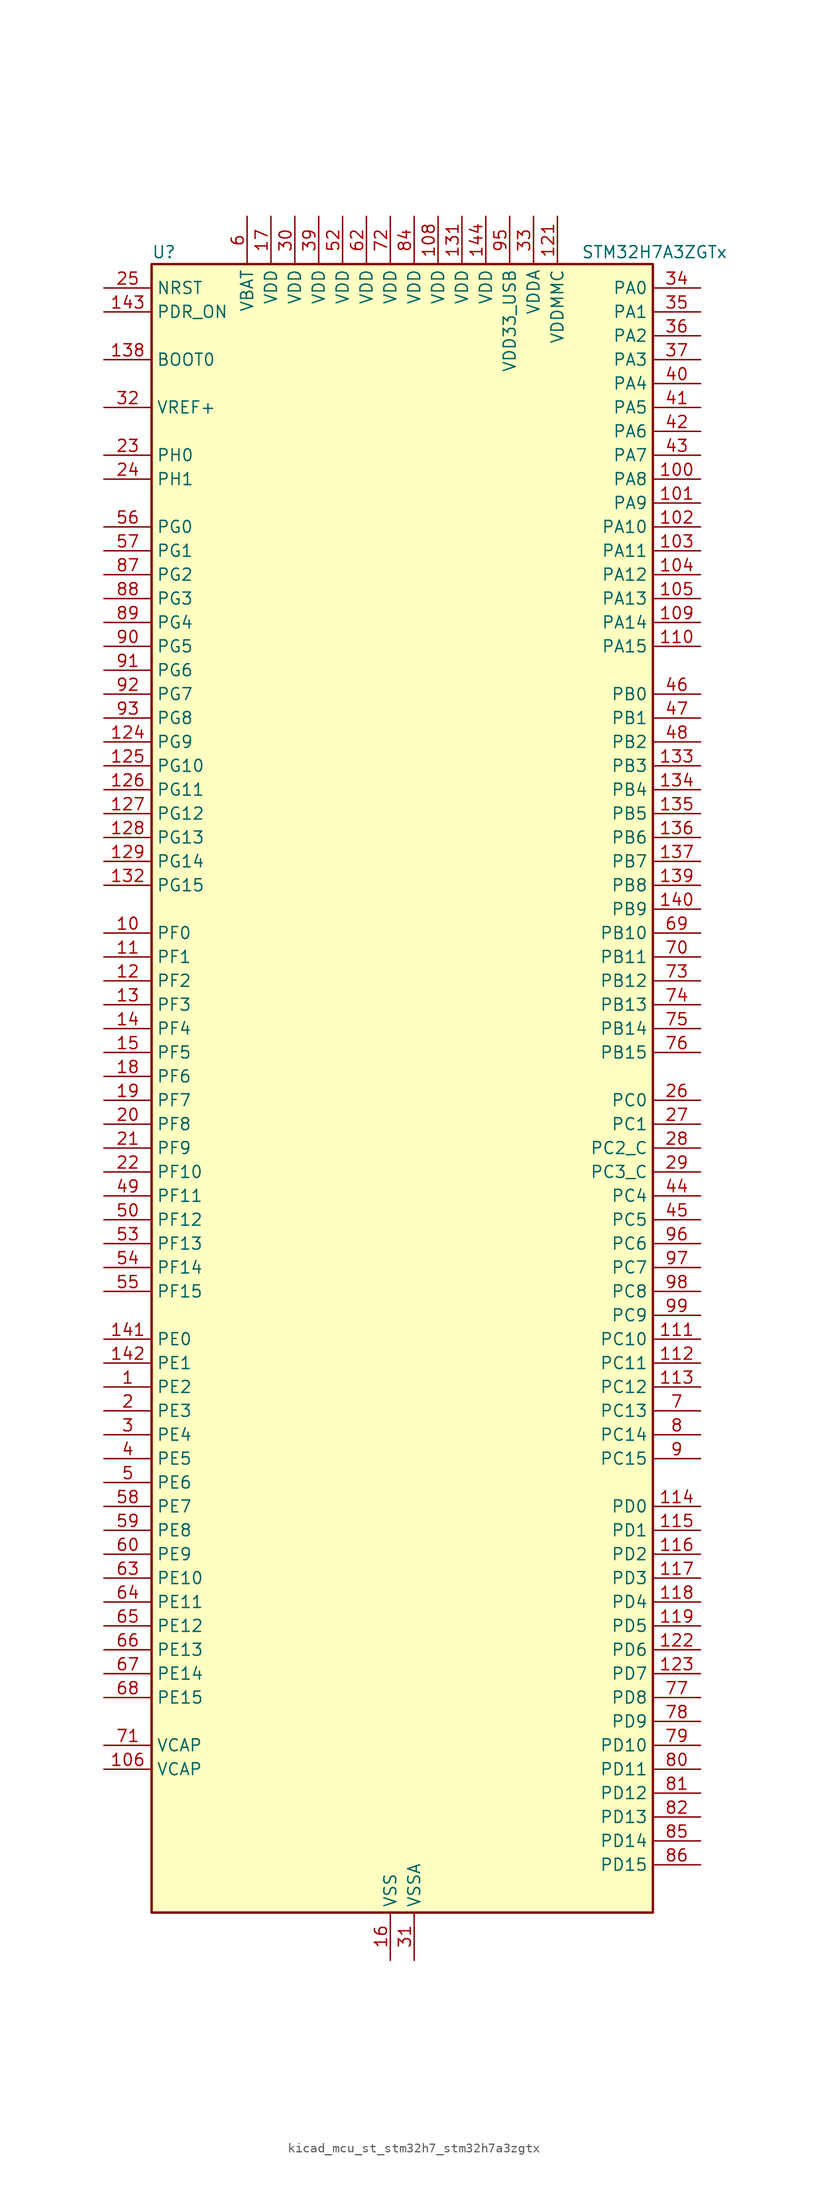
<source format=kicad_sym>
(kicad_symbol_lib
  (version 20220914)
  (generator kicad_symbol_editor)
  (symbol "kicad_mcu_st_stm32h7_stm32h7a3zgtx"
    (property "Reference" "U"
      (at -25.4 90.17 0)
      (effects (font (size 1.27 1.27)) (justify left)))
    (property "Value" "STM32H7A3ZGTx"
      (at 20.32 90.17 0)
      (effects (font (size 1.27 1.27)) (justify left)))
    (property "ki_locked" ""
      (at 0 0 0)
      (effects (font (size 1.27 1.27))))
    (symbol "kicad_mcu_st_stm32h7_stm32h7a3zgtx_0_1"
      (rectangle (start -25.4 -86.36) (end 27.94 88.9) (stroke (width 0.254) (type default)) (fill (type background))))
    (symbol "kicad_mcu_st_stm32h7_stm32h7a3zgtx_1_1"
      (pin bidirectional line (at -30.48 -30.48 0) (length 5.08) (name "PE2" (effects (font (size 1.27 1.27)))) (number "1" (effects (font (size 1.27 1.27)))) (alternate "DEBUG_TRACECLK" bidirectional line) (alternate "FMC_A23" bidirectional line) (alternate "OCTOSPIM_P1_IO2" bidirectional line) (alternate "SAI1_CK1" bidirectional line) (alternate "SAI1_MCLK_A" bidirectional line) (alternate "SPI4_SCK" bidirectional line) (alternate "USART10_RX" bidirectional line))
      (pin bidirectional line (at -30.48 17.78 0) (length 5.08) (name "PF0" (effects (font (size 1.27 1.27)))) (number "10" (effects (font (size 1.27 1.27)))) (alternate "FMC_A0" bidirectional line) (alternate "I2C2_SDA" bidirectional line) (alternate "OCTOSPIM_P2_IO0" bidirectional line))
      (pin bidirectional line (at 33.02 66.04 180) (length 5.08) (name "PA8" (effects (font (size 1.27 1.27)))) (number "100" (effects (font (size 1.27 1.27)))) (alternate "I2C3_SCL" bidirectional line) (alternate "LTDC_B3" bidirectional line) (alternate "LTDC_R6" bidirectional line) (alternate "RCC_MCO_1" bidirectional line) (alternate "TIM1_CH1" bidirectional line) (alternate "TIM8_BKIN2" bidirectional line) (alternate "TIM8_BKIN2_COMP1" bidirectional line) (alternate "TIM8_BKIN2_COMP2" bidirectional line) (alternate "UART7_RX" bidirectional line) (alternate "USART1_CK" bidirectional line) (alternate "USB_OTG_HS_SOF" bidirectional line))
      (pin bidirectional line (at 33.02 63.5 180) (length 5.08) (name "PA9" (effects (font (size 1.27 1.27)))) (number "101" (effects (font (size 1.27 1.27)))) (alternate "DAC1_EXTI9" bidirectional line) (alternate "DCMI_D0" bidirectional line) (alternate "I2C3_SMBA" bidirectional line) (alternate "I2S2_CK" bidirectional line) (alternate "LPUART1_TX" bidirectional line) (alternate "LTDC_R5" bidirectional line) (alternate "PSSI_D0" bidirectional line) (alternate "SPI2_SCK" bidirectional line) (alternate "TIM1_CH2" bidirectional line) (alternate "USART1_TX" bidirectional line) (alternate "USB_OTG_HS_VBUS" bidirectional line))
      (pin bidirectional line (at 33.02 60.96 180) (length 5.08) (name "PA10" (effects (font (size 1.27 1.27)))) (number "102" (effects (font (size 1.27 1.27)))) (alternate "DCMI_D1" bidirectional line) (alternate "LPUART1_RX" bidirectional line) (alternate "LTDC_B1" bidirectional line) (alternate "LTDC_B4" bidirectional line) (alternate "MDIOS_MDIO" bidirectional line) (alternate "PSSI_D1" bidirectional line) (alternate "TIM1_CH3" bidirectional line) (alternate "USART1_RX" bidirectional line) (alternate "USB_OTG_HS_ID" bidirectional line))
      (pin bidirectional line (at 33.02 58.42 180) (length 5.08) (name "PA11" (effects (font (size 1.27 1.27)))) (number "103" (effects (font (size 1.27 1.27)))) (alternate "ADC1_EXTI11" bidirectional line) (alternate "ADC2_EXTI11" bidirectional line) (alternate "FDCAN1_RX" bidirectional line) (alternate "I2S2_WS" bidirectional line) (alternate "LPUART1_CTS" bidirectional line) (alternate "LTDC_R4" bidirectional line) (alternate "SPI2_NSS" bidirectional line) (alternate "TIM1_CH4" bidirectional line) (alternate "UART4_RX" bidirectional line) (alternate "USART1_CTS" bidirectional line) (alternate "USART1_NSS" bidirectional line) (alternate "USB_OTG_HS_DM" bidirectional line))
      (pin bidirectional line (at 33.02 55.88 180) (length 5.08) (name "PA12" (effects (font (size 1.27 1.27)))) (number "104" (effects (font (size 1.27 1.27)))) (alternate "FDCAN1_TX" bidirectional line) (alternate "I2S2_CK" bidirectional line) (alternate "LPUART1_DE" bidirectional line) (alternate "LPUART1_RTS" bidirectional line) (alternate "LTDC_R5" bidirectional line) (alternate "SAI2_FS_B" bidirectional line) (alternate "SPI2_SCK" bidirectional line) (alternate "TIM1_ETR" bidirectional line) (alternate "UART4_TX" bidirectional line) (alternate "USART1_DE" bidirectional line) (alternate "USART1_RTS" bidirectional line) (alternate "USB_OTG_HS_DP" bidirectional line))
      (pin bidirectional line (at 33.02 53.34 180) (length 5.08) (name "PA13" (effects (font (size 1.27 1.27)))) (number "105" (effects (font (size 1.27 1.27)))) (alternate "DEBUG_JTMS-SWDIO" bidirectional line))
      (pin power_out line (at -30.48 -71.12 0) (length 5.08) (name "VCAP" (effects (font (size 1.27 1.27)))) (number "106" (effects (font (size 1.27 1.27)))))
      (pin passive line (at 0 -91.44 90) (length 5.08) hide (name "VSS" (effects (font (size 1.27 1.27)))) (number "107" (effects (font (size 1.27 1.27)))))
      (pin power_in line (at 5.08 93.98 270) (length 5.08) (name "VDD" (effects (font (size 1.27 1.27)))) (number "108" (effects (font (size 1.27 1.27)))))
      (pin bidirectional line (at 33.02 50.8 180) (length 5.08) (name "PA14" (effects (font (size 1.27 1.27)))) (number "109" (effects (font (size 1.27 1.27)))) (alternate "DEBUG_JTCK-SWCLK" bidirectional line))
      (pin bidirectional line (at -30.48 15.24 0) (length 5.08) (name "PF1" (effects (font (size 1.27 1.27)))) (number "11" (effects (font (size 1.27 1.27)))) (alternate "FMC_A1" bidirectional line) (alternate "I2C2_SCL" bidirectional line) (alternate "OCTOSPIM_P2_IO1" bidirectional line))
      (pin bidirectional line (at 33.02 48.26 180) (length 5.08) (name "PA15" (effects (font (size 1.27 1.27)))) (number "110" (effects (font (size 1.27 1.27)))) (alternate "ADC1_EXTI15" bidirectional line) (alternate "ADC2_EXTI15" bidirectional line) (alternate "CEC" bidirectional line) (alternate "DEBUG_JTDI" bidirectional line) (alternate "I2S1_WS" bidirectional line) (alternate "I2S3_WS" bidirectional line) (alternate "I2S6_WS" bidirectional line) (alternate "LTDC_B6" bidirectional line) (alternate "LTDC_R3" bidirectional line) (alternate "SPI1_NSS" bidirectional line) (alternate "SPI3_NSS" bidirectional line) (alternate "SPI6_NSS" bidirectional line) (alternate "TIM2_CH1" bidirectional line) (alternate "TIM2_ETR" bidirectional line) (alternate "UART4_DE" bidirectional line) (alternate "UART4_RTS" bidirectional line) (alternate "UART7_TX" bidirectional line))
      (pin bidirectional line (at 33.02 -25.4 180) (length 5.08) (name "PC10" (effects (font (size 1.27 1.27)))) (number "111" (effects (font (size 1.27 1.27)))) (alternate "DCMI_D8" bidirectional line) (alternate "DFSDM1_CKIN5" bidirectional line) (alternate "DFSDM2_CKIN0" bidirectional line) (alternate "I2S3_CK" bidirectional line) (alternate "LTDC_B1" bidirectional line) (alternate "LTDC_R2" bidirectional line) (alternate "OCTOSPIM_P1_IO1" bidirectional line) (alternate "PSSI_D8" bidirectional line) (alternate "SDMMC1_D2" bidirectional line) (alternate "SPI3_SCK" bidirectional line) (alternate "SWPMI1_RX" bidirectional line) (alternate "UART4_TX" bidirectional line) (alternate "USART3_TX" bidirectional line))
      (pin bidirectional line (at 33.02 -27.94 180) (length 5.08) (name "PC11" (effects (font (size 1.27 1.27)))) (number "112" (effects (font (size 1.27 1.27)))) (alternate "ADC1_EXTI11" bidirectional line) (alternate "ADC2_EXTI11" bidirectional line) (alternate "DCMI_D4" bidirectional line) (alternate "DFSDM1_DATIN5" bidirectional line) (alternate "DFSDM2_DATIN0" bidirectional line) (alternate "I2S3_SDI" bidirectional line) (alternate "LTDC_B4" bidirectional line) (alternate "OCTOSPIM_P1_NCS" bidirectional line) (alternate "PSSI_D4" bidirectional line) (alternate "SDMMC1_D3" bidirectional line) (alternate "SPI3_MISO" bidirectional line) (alternate "UART4_RX" bidirectional line) (alternate "USART3_RX" bidirectional line))
      (pin bidirectional line (at 33.02 -30.48 180) (length 5.08) (name "PC12" (effects (font (size 1.27 1.27)))) (number "113" (effects (font (size 1.27 1.27)))) (alternate "DCMI_D9" bidirectional line) (alternate "DEBUG_TRACED3" bidirectional line) (alternate "DFSDM2_CKOUT" bidirectional line) (alternate "I2S3_SDO" bidirectional line) (alternate "I2S6_CK" bidirectional line) (alternate "LTDC_R6" bidirectional line) (alternate "PSSI_D9" bidirectional line) (alternate "SDMMC1_CK" bidirectional line) (alternate "SPI3_MOSI" bidirectional line) (alternate "SPI6_SCK" bidirectional line) (alternate "TIM15_CH1" bidirectional line) (alternate "UART5_TX" bidirectional line) (alternate "USART3_CK" bidirectional line))
      (pin bidirectional line (at 33.02 -43.18 180) (length 5.08) (name "PD0" (effects (font (size 1.27 1.27)))) (number "114" (effects (font (size 1.27 1.27)))) (alternate "DFSDM1_CKIN6" bidirectional line) (alternate "FDCAN1_RX" bidirectional line) (alternate "FMC_D2" bidirectional line) (alternate "FMC_DA2" bidirectional line) (alternate "LTDC_B1" bidirectional line) (alternate "UART4_RX" bidirectional line) (alternate "UART9_CTS" bidirectional line))
      (pin bidirectional line (at 33.02 -45.72 180) (length 5.08) (name "PD1" (effects (font (size 1.27 1.27)))) (number "115" (effects (font (size 1.27 1.27)))) (alternate "DFSDM1_DATIN6" bidirectional line) (alternate "FDCAN1_TX" bidirectional line) (alternate "FMC_D3" bidirectional line) (alternate "FMC_DA3" bidirectional line) (alternate "UART4_TX" bidirectional line))
      (pin bidirectional line (at 33.02 -48.26 180) (length 5.08) (name "PD2" (effects (font (size 1.27 1.27)))) (number "116" (effects (font (size 1.27 1.27)))) (alternate "DCMI_D11" bidirectional line) (alternate "DEBUG_TRACED2" bidirectional line) (alternate "LTDC_B2" bidirectional line) (alternate "LTDC_B7" bidirectional line) (alternate "PSSI_D11" bidirectional line) (alternate "SDMMC1_CMD" bidirectional line) (alternate "TIM15_BKIN" bidirectional line) (alternate "TIM3_ETR" bidirectional line) (alternate "UART5_RX" bidirectional line))
      (pin bidirectional line (at 33.02 -50.8 180) (length 5.08) (name "PD3" (effects (font (size 1.27 1.27)))) (number "117" (effects (font (size 1.27 1.27)))) (alternate "DCMI_D5" bidirectional line) (alternate "DFSDM1_CKOUT" bidirectional line) (alternate "FMC_CLK" bidirectional line) (alternate "I2S2_CK" bidirectional line) (alternate "LTDC_G7" bidirectional line) (alternate "PSSI_D5" bidirectional line) (alternate "SPI2_SCK" bidirectional line) (alternate "USART2_CTS" bidirectional line) (alternate "USART2_NSS" bidirectional line))
      (pin bidirectional line (at 33.02 -53.34 180) (length 5.08) (name "PD4" (effects (font (size 1.27 1.27)))) (number "118" (effects (font (size 1.27 1.27)))) (alternate "FMC_NOE" bidirectional line) (alternate "OCTOSPIM_P1_IO4" bidirectional line) (alternate "USART2_DE" bidirectional line) (alternate "USART2_RTS" bidirectional line))
      (pin bidirectional line (at 33.02 -55.88 180) (length 5.08) (name "PD5" (effects (font (size 1.27 1.27)))) (number "119" (effects (font (size 1.27 1.27)))) (alternate "FMC_NWE" bidirectional line) (alternate "OCTOSPIM_P1_IO5" bidirectional line) (alternate "USART2_TX" bidirectional line))
      (pin bidirectional line (at -30.48 12.7 0) (length 5.08) (name "PF2" (effects (font (size 1.27 1.27)))) (number "12" (effects (font (size 1.27 1.27)))) (alternate "FMC_A2" bidirectional line) (alternate "I2C2_SMBA" bidirectional line) (alternate "OCTOSPIM_P2_IO2" bidirectional line))
      (pin passive line (at 0 -91.44 90) (length 5.08) hide (name "VSS" (effects (font (size 1.27 1.27)))) (number "120" (effects (font (size 1.27 1.27)))))
      (pin power_in line (at 17.78 93.98 270) (length 5.08) (name "VDDMMC" (effects (font (size 1.27 1.27)))) (number "121" (effects (font (size 1.27 1.27)))))
      (pin bidirectional line (at 33.02 -58.42 180) (length 5.08) (name "PD6" (effects (font (size 1.27 1.27)))) (number "122" (effects (font (size 1.27 1.27)))) (alternate "DCMI_D10" bidirectional line) (alternate "DFSDM1_CKIN4" bidirectional line) (alternate "DFSDM1_DATIN1" bidirectional line) (alternate "FMC_NWAIT" bidirectional line) (alternate "I2S3_SDO" bidirectional line) (alternate "LTDC_B2" bidirectional line) (alternate "OCTOSPIM_P1_IO6" bidirectional line) (alternate "PSSI_D10" bidirectional line) (alternate "SAI1_D1" bidirectional line) (alternate "SAI1_SD_A" bidirectional line) (alternate "SDMMC2_CK" bidirectional line) (alternate "SPI3_MOSI" bidirectional line) (alternate "USART2_RX" bidirectional line))
      (pin bidirectional line (at 33.02 -60.96 180) (length 5.08) (name "PD7" (effects (font (size 1.27 1.27)))) (number "123" (effects (font (size 1.27 1.27)))) (alternate "DFSDM1_CKIN1" bidirectional line) (alternate "DFSDM1_DATIN4" bidirectional line) (alternate "FMC_NE1" bidirectional line) (alternate "I2S1_SDO" bidirectional line) (alternate "OCTOSPIM_P1_IO7" bidirectional line) (alternate "SDMMC2_CMD" bidirectional line) (alternate "SPDIFRX_IN0" bidirectional line) (alternate "SPI1_MOSI" bidirectional line) (alternate "USART2_CK" bidirectional line))
      (pin bidirectional line (at -30.48 38.1 0) (length 5.08) (name "PG9" (effects (font (size 1.27 1.27)))) (number "124" (effects (font (size 1.27 1.27)))) (alternate "DAC1_EXTI9" bidirectional line) (alternate "DCMI_VSYNC" bidirectional line) (alternate "FMC_NCE" bidirectional line) (alternate "FMC_NE2" bidirectional line) (alternate "I2S1_SDI" bidirectional line) (alternate "OCTOSPIM_P1_IO6" bidirectional line) (alternate "PSSI_RDY" bidirectional line) (alternate "SAI2_FS_B" bidirectional line) (alternate "SDMMC2_D0" bidirectional line) (alternate "SPDIFRX_IN3" bidirectional line) (alternate "SPI1_MISO" bidirectional line) (alternate "USART6_RX" bidirectional line))
      (pin bidirectional line (at -30.48 35.56 0) (length 5.08) (name "PG10" (effects (font (size 1.27 1.27)))) (number "125" (effects (font (size 1.27 1.27)))) (alternate "DCMI_D2" bidirectional line) (alternate "FMC_NE3" bidirectional line) (alternate "I2S1_WS" bidirectional line) (alternate "LTDC_B2" bidirectional line) (alternate "LTDC_G3" bidirectional line) (alternate "OCTOSPIM_P2_IO6" bidirectional line) (alternate "PSSI_D2" bidirectional line) (alternate "SAI2_SD_B" bidirectional line) (alternate "SDMMC2_D1" bidirectional line) (alternate "SPI1_NSS" bidirectional line))
      (pin bidirectional line (at -30.48 33.02 0) (length 5.08) (name "PG11" (effects (font (size 1.27 1.27)))) (number "126" (effects (font (size 1.27 1.27)))) (alternate "ADC1_EXTI11" bidirectional line) (alternate "ADC2_EXTI11" bidirectional line) (alternate "DCMI_D3" bidirectional line) (alternate "I2S1_CK" bidirectional line) (alternate "LPTIM1_IN2" bidirectional line) (alternate "LTDC_B3" bidirectional line) (alternate "OCTOSPIM_P2_IO7" bidirectional line) (alternate "PSSI_D3" bidirectional line) (alternate "SDMMC2_D2" bidirectional line) (alternate "SPDIFRX_IN0" bidirectional line) (alternate "SPI1_SCK" bidirectional line) (alternate "USART10_RX" bidirectional line))
      (pin bidirectional line (at -30.48 30.48 0) (length 5.08) (name "PG12" (effects (font (size 1.27 1.27)))) (number "127" (effects (font (size 1.27 1.27)))) (alternate "FMC_NE4" bidirectional line) (alternate "I2S6_SDI" bidirectional line) (alternate "LPTIM1_IN1" bidirectional line) (alternate "LTDC_B1" bidirectional line) (alternate "LTDC_B4" bidirectional line) (alternate "OCTOSPIM_P2_NCS" bidirectional line) (alternate "SDMMC2_D3" bidirectional line) (alternate "SPDIFRX_IN1" bidirectional line) (alternate "SPI6_MISO" bidirectional line) (alternate "USART10_TX" bidirectional line) (alternate "USART6_DE" bidirectional line) (alternate "USART6_RTS" bidirectional line))
      (pin bidirectional line (at -30.48 27.94 0) (length 5.08) (name "PG13" (effects (font (size 1.27 1.27)))) (number "128" (effects (font (size 1.27 1.27)))) (alternate "DEBUG_TRACED0" bidirectional line) (alternate "FMC_A24" bidirectional line) (alternate "I2S6_CK" bidirectional line) (alternate "LPTIM1_OUT" bidirectional line) (alternate "LTDC_R0" bidirectional line) (alternate "SDMMC2_D6" bidirectional line) (alternate "SPI6_SCK" bidirectional line) (alternate "USART10_CTS" bidirectional line) (alternate "USART10_NSS" bidirectional line) (alternate "USART6_CTS" bidirectional line) (alternate "USART6_NSS" bidirectional line))
      (pin bidirectional line (at -30.48 25.4 0) (length 5.08) (name "PG14" (effects (font (size 1.27 1.27)))) (number "129" (effects (font (size 1.27 1.27)))) (alternate "DEBUG_TRACED1" bidirectional line) (alternate "FMC_A25" bidirectional line) (alternate "I2S6_SDO" bidirectional line) (alternate "LPTIM1_ETR" bidirectional line) (alternate "LTDC_B0" bidirectional line) (alternate "OCTOSPIM_P1_IO7" bidirectional line) (alternate "SDMMC2_D7" bidirectional line) (alternate "SPI6_MOSI" bidirectional line) (alternate "USART10_DE" bidirectional line) (alternate "USART10_RTS" bidirectional line) (alternate "USART6_TX" bidirectional line))
      (pin bidirectional line (at -30.48 10.16 0) (length 5.08) (name "PF3" (effects (font (size 1.27 1.27)))) (number "13" (effects (font (size 1.27 1.27)))) (alternate "FMC_A3" bidirectional line) (alternate "OCTOSPIM_P2_IO3" bidirectional line))
      (pin passive line (at 0 -91.44 90) (length 5.08) hide (name "VSS" (effects (font (size 1.27 1.27)))) (number "130" (effects (font (size 1.27 1.27)))))
      (pin power_in line (at 7.62 93.98 270) (length 5.08) (name "VDD" (effects (font (size 1.27 1.27)))) (number "131" (effects (font (size 1.27 1.27)))))
      (pin bidirectional line (at -30.48 22.86 0) (length 5.08) (name "PG15" (effects (font (size 1.27 1.27)))) (number "132" (effects (font (size 1.27 1.27)))) (alternate "ADC1_EXTI15" bidirectional line) (alternate "ADC2_EXTI15" bidirectional line) (alternate "DCMI_D13" bidirectional line) (alternate "FMC_SDNCAS" bidirectional line) (alternate "OCTOSPIM_P2_DQS" bidirectional line) (alternate "PSSI_D13" bidirectional line) (alternate "USART10_CK" bidirectional line) (alternate "USART6_CTS" bidirectional line) (alternate "USART6_NSS" bidirectional line))
      (pin bidirectional line (at 33.02 35.56 180) (length 5.08) (name "PB3" (effects (font (size 1.27 1.27)))) (number "133" (effects (font (size 1.27 1.27)))) (alternate "CRS_SYNC" bidirectional line) (alternate "DEBUG_JTDO-SWO" bidirectional line) (alternate "I2S1_CK" bidirectional line) (alternate "I2S3_CK" bidirectional line) (alternate "I2S6_CK" bidirectional line) (alternate "SDMMC2_D2" bidirectional line) (alternate "SPI1_SCK" bidirectional line) (alternate "SPI3_SCK" bidirectional line) (alternate "SPI6_SCK" bidirectional line) (alternate "TIM2_CH2" bidirectional line) (alternate "UART7_RX" bidirectional line))
      (pin bidirectional line (at 33.02 33.02 180) (length 5.08) (name "PB4" (effects (font (size 1.27 1.27)))) (number "134" (effects (font (size 1.27 1.27)))) (alternate "DEBUG_JTRST" bidirectional line) (alternate "I2S1_SDI" bidirectional line) (alternate "I2S2_WS" bidirectional line) (alternate "I2S3_SDI" bidirectional line) (alternate "I2S6_SDI" bidirectional line) (alternate "SDMMC2_D3" bidirectional line) (alternate "SPI1_MISO" bidirectional line) (alternate "SPI2_NSS" bidirectional line) (alternate "SPI3_MISO" bidirectional line) (alternate "SPI6_MISO" bidirectional line) (alternate "TIM16_BKIN" bidirectional line) (alternate "TIM3_CH1" bidirectional line) (alternate "UART7_TX" bidirectional line))
      (pin bidirectional line (at 33.02 30.48 180) (length 5.08) (name "PB5" (effects (font (size 1.27 1.27)))) (number "135" (effects (font (size 1.27 1.27)))) (alternate "DCMI_D10" bidirectional line) (alternate "FDCAN2_RX" bidirectional line) (alternate "FMC_SDCKE1" bidirectional line) (alternate "I2C1_SMBA" bidirectional line) (alternate "I2C4_SMBA" bidirectional line) (alternate "I2S1_SDO" bidirectional line) (alternate "I2S3_SDO" bidirectional line) (alternate "I2S6_SDO" bidirectional line) (alternate "LTDC_B5" bidirectional line) (alternate "PSSI_D10" bidirectional line) (alternate "SPI1_MOSI" bidirectional line) (alternate "SPI3_MOSI" bidirectional line) (alternate "SPI6_MOSI" bidirectional line) (alternate "TIM17_BKIN" bidirectional line) (alternate "TIM3_CH2" bidirectional line) (alternate "UART5_RX" bidirectional line) (alternate "USB_OTG_HS_ULPI_D7" bidirectional line))
      (pin bidirectional line (at 33.02 27.94 180) (length 5.08) (name "PB6" (effects (font (size 1.27 1.27)))) (number "136" (effects (font (size 1.27 1.27)))) (alternate "CEC" bidirectional line) (alternate "DCMI_D5" bidirectional line) (alternate "DFSDM1_DATIN5" bidirectional line) (alternate "FDCAN2_TX" bidirectional line) (alternate "FMC_SDNE1" bidirectional line) (alternate "I2C1_SCL" bidirectional line) (alternate "I2C4_SCL" bidirectional line) (alternate "LPUART1_TX" bidirectional line) (alternate "OCTOSPIM_P1_NCS" bidirectional line) (alternate "PSSI_D5" bidirectional line) (alternate "TIM16_CH1N" bidirectional line) (alternate "TIM4_CH1" bidirectional line) (alternate "UART5_TX" bidirectional line) (alternate "USART1_TX" bidirectional line))
      (pin bidirectional line (at 33.02 25.4 180) (length 5.08) (name "PB7" (effects (font (size 1.27 1.27)))) (number "137" (effects (font (size 1.27 1.27)))) (alternate "DCMI_VSYNC" bidirectional line) (alternate "DFSDM1_CKIN5" bidirectional line) (alternate "FMC_NL" bidirectional line) (alternate "I2C1_SDA" bidirectional line) (alternate "I2C4_SDA" bidirectional line) (alternate "LPUART1_RX" bidirectional line) (alternate "PSSI_RDY" bidirectional line) (alternate "PWR_PVD_IN" bidirectional line) (alternate "TIM17_CH1N" bidirectional line) (alternate "TIM4_CH2" bidirectional line) (alternate "USART1_RX" bidirectional line))
      (pin input line (at -30.48 78.74 0) (length 5.08) (name "BOOT0" (effects (font (size 1.27 1.27)))) (number "138" (effects (font (size 1.27 1.27)))))
      (pin bidirectional line (at 33.02 22.86 180) (length 5.08) (name "PB8" (effects (font (size 1.27 1.27)))) (number "139" (effects (font (size 1.27 1.27)))) (alternate "DCMI_D6" bidirectional line) (alternate "DFSDM1_CKIN7" bidirectional line) (alternate "FDCAN1_RX" bidirectional line) (alternate "I2C1_SCL" bidirectional line) (alternate "I2C4_SCL" bidirectional line) (alternate "LTDC_B6" bidirectional line) (alternate "PSSI_D6" bidirectional line) (alternate "SDMMC1_CKIN" bidirectional line) (alternate "SDMMC1_D4" bidirectional line) (alternate "SDMMC2_D4" bidirectional line) (alternate "TIM16_CH1" bidirectional line) (alternate "TIM4_CH3" bidirectional line) (alternate "UART4_RX" bidirectional line))
      (pin bidirectional line (at -30.48 7.62 0) (length 5.08) (name "PF4" (effects (font (size 1.27 1.27)))) (number "14" (effects (font (size 1.27 1.27)))) (alternate "FMC_A4" bidirectional line) (alternate "OCTOSPIM_P2_CLK" bidirectional line))
      (pin bidirectional line (at 33.02 20.32 180) (length 5.08) (name "PB9" (effects (font (size 1.27 1.27)))) (number "140" (effects (font (size 1.27 1.27)))) (alternate "DAC1_EXTI9" bidirectional line) (alternate "DCMI_D7" bidirectional line) (alternate "DFSDM1_DATIN7" bidirectional line) (alternate "FDCAN1_TX" bidirectional line) (alternate "I2C1_SDA" bidirectional line) (alternate "I2C4_SDA" bidirectional line) (alternate "I2C4_SMBA" bidirectional line) (alternate "I2S2_WS" bidirectional line) (alternate "LTDC_B7" bidirectional line) (alternate "PSSI_D7" bidirectional line) (alternate "SDMMC1_CDIR" bidirectional line) (alternate "SDMMC1_D5" bidirectional line) (alternate "SDMMC2_D5" bidirectional line) (alternate "SPI2_NSS" bidirectional line) (alternate "TIM17_CH1" bidirectional line) (alternate "TIM4_CH4" bidirectional line) (alternate "UART4_TX" bidirectional line))
      (pin bidirectional line (at -30.48 -25.4 0) (length 5.08) (name "PE0" (effects (font (size 1.27 1.27)))) (number "141" (effects (font (size 1.27 1.27)))) (alternate "DCMI_D2" bidirectional line) (alternate "FMC_NBL0" bidirectional line) (alternate "LPTIM1_ETR" bidirectional line) (alternate "LPTIM2_ETR" bidirectional line) (alternate "LTDC_R0" bidirectional line) (alternate "PSSI_D2" bidirectional line) (alternate "SAI2_MCLK_A" bidirectional line) (alternate "TIM4_ETR" bidirectional line) (alternate "UART8_RX" bidirectional line))
      (pin bidirectional line (at -30.48 -27.94 0) (length 5.08) (name "PE1" (effects (font (size 1.27 1.27)))) (number "142" (effects (font (size 1.27 1.27)))) (alternate "DCMI_D3" bidirectional line) (alternate "FMC_NBL1" bidirectional line) (alternate "LPTIM1_IN2" bidirectional line) (alternate "LTDC_R6" bidirectional line) (alternate "PSSI_D3" bidirectional line) (alternate "UART8_TX" bidirectional line))
      (pin input line (at -30.48 83.82 0) (length 5.08) (name "PDR_ON" (effects (font (size 1.27 1.27)))) (number "143" (effects (font (size 1.27 1.27)))))
      (pin power_in line (at 10.16 93.98 270) (length 5.08) (name "VDD" (effects (font (size 1.27 1.27)))) (number "144" (effects (font (size 1.27 1.27)))))
      (pin bidirectional line (at -30.48 5.08 0) (length 5.08) (name "PF5" (effects (font (size 1.27 1.27)))) (number "15" (effects (font (size 1.27 1.27)))) (alternate "FMC_A5" bidirectional line) (alternate "OCTOSPIM_P2_NCLK" bidirectional line))
      (pin power_in line (at 0 -91.44 90) (length 5.08) (name "VSS" (effects (font (size 1.27 1.27)))) (number "16" (effects (font (size 1.27 1.27)))))
      (pin power_in line (at -12.7 93.98 270) (length 5.08) (name "VDD" (effects (font (size 1.27 1.27)))) (number "17" (effects (font (size 1.27 1.27)))))
      (pin bidirectional line (at -30.48 2.54 0) (length 5.08) (name "PF6" (effects (font (size 1.27 1.27)))) (number "18" (effects (font (size 1.27 1.27)))) (alternate "OCTOSPIM_P1_IO3" bidirectional line) (alternate "SAI1_SD_B" bidirectional line) (alternate "SPI5_NSS" bidirectional line) (alternate "TIM16_CH1" bidirectional line) (alternate "UART7_RX" bidirectional line))
      (pin bidirectional line (at -30.48 0 0) (length 5.08) (name "PF7" (effects (font (size 1.27 1.27)))) (number "19" (effects (font (size 1.27 1.27)))) (alternate "OCTOSPIM_P1_IO2" bidirectional line) (alternate "SAI1_MCLK_B" bidirectional line) (alternate "SPI5_SCK" bidirectional line) (alternate "TIM17_CH1" bidirectional line) (alternate "UART7_TX" bidirectional line))
      (pin bidirectional line (at -30.48 -33.02 0) (length 5.08) (name "PE3" (effects (font (size 1.27 1.27)))) (number "2" (effects (font (size 1.27 1.27)))) (alternate "DEBUG_TRACED0" bidirectional line) (alternate "FMC_A19" bidirectional line) (alternate "SAI1_SD_B" bidirectional line) (alternate "TIM15_BKIN" bidirectional line) (alternate "USART10_TX" bidirectional line))
      (pin bidirectional line (at -30.48 -2.54 0) (length 5.08) (name "PF8" (effects (font (size 1.27 1.27)))) (number "20" (effects (font (size 1.27 1.27)))) (alternate "OCTOSPIM_P1_IO0" bidirectional line) (alternate "SAI1_SCK_B" bidirectional line) (alternate "SPI5_MISO" bidirectional line) (alternate "TIM13_CH1" bidirectional line) (alternate "TIM16_CH1N" bidirectional line) (alternate "UART7_DE" bidirectional line) (alternate "UART7_RTS" bidirectional line))
      (pin bidirectional line (at -30.48 -5.08 0) (length 5.08) (name "PF9" (effects (font (size 1.27 1.27)))) (number "21" (effects (font (size 1.27 1.27)))) (alternate "DAC1_EXTI9" bidirectional line) (alternate "OCTOSPIM_P1_IO1" bidirectional line) (alternate "SAI1_FS_B" bidirectional line) (alternate "SPI5_MOSI" bidirectional line) (alternate "TIM14_CH1" bidirectional line) (alternate "TIM17_CH1N" bidirectional line) (alternate "UART7_CTS" bidirectional line))
      (pin bidirectional line (at -30.48 -7.62 0) (length 5.08) (name "PF10" (effects (font (size 1.27 1.27)))) (number "22" (effects (font (size 1.27 1.27)))) (alternate "DCMI_D11" bidirectional line) (alternate "LTDC_DE" bidirectional line) (alternate "OCTOSPIM_P1_CLK" bidirectional line) (alternate "PSSI_D11" bidirectional line) (alternate "PSSI_D15" bidirectional line) (alternate "SAI1_D3" bidirectional line) (alternate "TIM16_BKIN" bidirectional line))
      (pin bidirectional line (at -30.48 68.58 0) (length 5.08) (name "PH0" (effects (font (size 1.27 1.27)))) (number "23" (effects (font (size 1.27 1.27)))) (alternate "RCC_OSC_IN" bidirectional line))
      (pin bidirectional line (at -30.48 66.04 0) (length 5.08) (name "PH1" (effects (font (size 1.27 1.27)))) (number "24" (effects (font (size 1.27 1.27)))) (alternate "RCC_OSC_OUT" bidirectional line))
      (pin input line (at -30.48 86.36 0) (length 5.08) (name "NRST" (effects (font (size 1.27 1.27)))) (number "25" (effects (font (size 1.27 1.27)))))
      (pin bidirectional line (at 33.02 0 180) (length 5.08) (name "PC0" (effects (font (size 1.27 1.27)))) (number "26" (effects (font (size 1.27 1.27)))) (alternate "ADC1_INP10" bidirectional line) (alternate "ADC2_INP10" bidirectional line) (alternate "DFSDM1_CKIN0" bidirectional line) (alternate "DFSDM1_DATIN4" bidirectional line) (alternate "FMC_A25" bidirectional line) (alternate "FMC_SDNWE" bidirectional line) (alternate "LTDC_G2" bidirectional line) (alternate "LTDC_R5" bidirectional line) (alternate "SAI2_FS_B" bidirectional line) (alternate "USB_OTG_HS_ULPI_STP" bidirectional line))
      (pin bidirectional line (at 33.02 -2.54 180) (length 5.08) (name "PC1" (effects (font (size 1.27 1.27)))) (number "27" (effects (font (size 1.27 1.27)))) (alternate "ADC1_INN10" bidirectional line) (alternate "ADC1_INP11" bidirectional line) (alternate "ADC2_INN10" bidirectional line) (alternate "ADC2_INP11" bidirectional line) (alternate "DEBUG_TRACED0" bidirectional line) (alternate "DFSDM1_CKIN4" bidirectional line) (alternate "DFSDM1_DATIN0" bidirectional line) (alternate "I2S2_SDO" bidirectional line) (alternate "LTDC_G5" bidirectional line) (alternate "MDIOS_MDC" bidirectional line) (alternate "OCTOSPIM_P1_IO4" bidirectional line) (alternate "PWR_WKUP6" bidirectional line) (alternate "RTC_TAMP3" bidirectional line) (alternate "SAI1_D1" bidirectional line) (alternate "SAI1_SD_A" bidirectional line) (alternate "SDMMC2_CK" bidirectional line) (alternate "SPI2_MOSI" bidirectional line))
      (pin bidirectional line (at 33.02 -5.08 180) (length 5.08) (name "PC2_C" (effects (font (size 1.27 1.27)))) (number "28" (effects (font (size 1.27 1.27)))) (alternate "ADC2_INN1" bidirectional line) (alternate "ADC2_INP0" bidirectional line) (alternate "DFSDM1_CKIN1" bidirectional line) (alternate "DFSDM1_CKOUT" bidirectional line) (alternate "FMC_SDNE0" bidirectional line) (alternate "I2S2_SDI" bidirectional line) (alternate "OCTOSPIM_P1_IO2" bidirectional line) (alternate "OCTOSPIM_P1_IO5" bidirectional line) (alternate "PWR_CSTOP" bidirectional line) (alternate "SPI2_MISO" bidirectional line) (alternate "USB_OTG_HS_ULPI_DIR" bidirectional line))
      (pin bidirectional line (at 33.02 -7.62 180) (length 5.08) (name "PC3_C" (effects (font (size 1.27 1.27)))) (number "29" (effects (font (size 1.27 1.27)))) (alternate "ADC2_INP1" bidirectional line) (alternate "DFSDM1_DATIN1" bidirectional line) (alternate "FMC_SDCKE0" bidirectional line) (alternate "I2S2_SDO" bidirectional line) (alternate "OCTOSPIM_P1_IO0" bidirectional line) (alternate "OCTOSPIM_P1_IO6" bidirectional line) (alternate "PWR_CSLEEP" bidirectional line) (alternate "SPI2_MOSI" bidirectional line) (alternate "USB_OTG_HS_ULPI_NXT" bidirectional line))
      (pin bidirectional line (at -30.48 -35.56 0) (length 5.08) (name "PE4" (effects (font (size 1.27 1.27)))) (number "3" (effects (font (size 1.27 1.27)))) (alternate "DCMI_D4" bidirectional line) (alternate "DEBUG_TRACED1" bidirectional line) (alternate "DFSDM1_DATIN3" bidirectional line) (alternate "FMC_A20" bidirectional line) (alternate "LTDC_B0" bidirectional line) (alternate "PSSI_D4" bidirectional line) (alternate "SAI1_D2" bidirectional line) (alternate "SAI1_FS_A" bidirectional line) (alternate "SPI4_NSS" bidirectional line) (alternate "TIM15_CH1N" bidirectional line))
      (pin power_in line (at -10.16 93.98 270) (length 5.08) (name "VDD" (effects (font (size 1.27 1.27)))) (number "30" (effects (font (size 1.27 1.27)))))
      (pin power_in line (at 2.54 -91.44 90) (length 5.08) (name "VSSA" (effects (font (size 1.27 1.27)))) (number "31" (effects (font (size 1.27 1.27)))))
      (pin input line (at -30.48 73.66 0) (length 5.08) (name "VREF+" (effects (font (size 1.27 1.27)))) (number "32" (effects (font (size 1.27 1.27)))) (alternate "VREFBUF_OUT" bidirectional line))
      (pin power_in line (at 15.24 93.98 270) (length 5.08) (name "VDDA" (effects (font (size 1.27 1.27)))) (number "33" (effects (font (size 1.27 1.27)))))
      (pin bidirectional line (at 33.02 86.36 180) (length 5.08) (name "PA0" (effects (font (size 1.27 1.27)))) (number "34" (effects (font (size 1.27 1.27)))) (alternate "ADC1_INP16" bidirectional line) (alternate "I2S6_WS" bidirectional line) (alternate "PWR_WKUP1" bidirectional line) (alternate "SAI2_SD_B" bidirectional line) (alternate "SDMMC2_CMD" bidirectional line) (alternate "SPI6_NSS" bidirectional line) (alternate "TIM15_BKIN" bidirectional line) (alternate "TIM2_CH1" bidirectional line) (alternate "TIM2_ETR" bidirectional line) (alternate "TIM5_CH1" bidirectional line) (alternate "TIM8_ETR" bidirectional line) (alternate "UART4_TX" bidirectional line) (alternate "USART2_CTS" bidirectional line) (alternate "USART2_NSS" bidirectional line))
      (pin bidirectional line (at 33.02 83.82 180) (length 5.08) (name "PA1" (effects (font (size 1.27 1.27)))) (number "35" (effects (font (size 1.27 1.27)))) (alternate "ADC1_INN16" bidirectional line) (alternate "ADC1_INP17" bidirectional line) (alternate "LPTIM3_OUT" bidirectional line) (alternate "LTDC_R2" bidirectional line) (alternate "OCTOSPIM_P1_DQS" bidirectional line) (alternate "OCTOSPIM_P1_IO3" bidirectional line) (alternate "SAI2_MCLK_B" bidirectional line) (alternate "TIM15_CH1N" bidirectional line) (alternate "TIM2_CH2" bidirectional line) (alternate "TIM5_CH2" bidirectional line) (alternate "UART4_RX" bidirectional line) (alternate "USART2_DE" bidirectional line) (alternate "USART2_RTS" bidirectional line))
      (pin bidirectional line (at 33.02 81.28 180) (length 5.08) (name "PA2" (effects (font (size 1.27 1.27)))) (number "36" (effects (font (size 1.27 1.27)))) (alternate "ADC1_INP14" bidirectional line) (alternate "DFSDM2_CKIN1" bidirectional line) (alternate "LTDC_R1" bidirectional line) (alternate "MDIOS_MDIO" bidirectional line) (alternate "PWR_WKUP2" bidirectional line) (alternate "SAI2_SCK_B" bidirectional line) (alternate "TIM15_CH1" bidirectional line) (alternate "TIM2_CH3" bidirectional line) (alternate "TIM5_CH3" bidirectional line) (alternate "USART2_TX" bidirectional line))
      (pin bidirectional line (at 33.02 78.74 180) (length 5.08) (name "PA3" (effects (font (size 1.27 1.27)))) (number "37" (effects (font (size 1.27 1.27)))) (alternate "ADC1_INP15" bidirectional line) (alternate "I2S6_MCK" bidirectional line) (alternate "LTDC_B2" bidirectional line) (alternate "LTDC_B5" bidirectional line) (alternate "OCTOSPIM_P1_CLK" bidirectional line) (alternate "TIM15_CH2" bidirectional line) (alternate "TIM2_CH4" bidirectional line) (alternate "TIM5_CH4" bidirectional line) (alternate "USART2_RX" bidirectional line) (alternate "USB_OTG_HS_ULPI_D0" bidirectional line))
      (pin passive line (at 0 -91.44 90) (length 5.08) hide (name "VSS" (effects (font (size 1.27 1.27)))) (number "38" (effects (font (size 1.27 1.27)))))
      (pin power_in line (at -7.62 93.98 270) (length 5.08) (name "VDD" (effects (font (size 1.27 1.27)))) (number "39" (effects (font (size 1.27 1.27)))))
      (pin bidirectional line (at -30.48 -38.1 0) (length 5.08) (name "PE5" (effects (font (size 1.27 1.27)))) (number "4" (effects (font (size 1.27 1.27)))) (alternate "DCMI_D6" bidirectional line) (alternate "DEBUG_TRACED2" bidirectional line) (alternate "DFSDM1_CKIN3" bidirectional line) (alternate "FMC_A21" bidirectional line) (alternate "LTDC_G0" bidirectional line) (alternate "PSSI_D6" bidirectional line) (alternate "SAI1_CK2" bidirectional line) (alternate "SAI1_SCK_A" bidirectional line) (alternate "SPI4_MISO" bidirectional line) (alternate "TIM15_CH1" bidirectional line))
      (pin bidirectional line (at 33.02 76.2 180) (length 5.08) (name "PA4" (effects (font (size 1.27 1.27)))) (number "40" (effects (font (size 1.27 1.27)))) (alternate "ADC1_INP18" bidirectional line) (alternate "DAC1_OUT1" bidirectional line) (alternate "DCMI_HSYNC" bidirectional line) (alternate "I2S1_WS" bidirectional line) (alternate "I2S3_WS" bidirectional line) (alternate "I2S6_WS" bidirectional line) (alternate "LTDC_VSYNC" bidirectional line) (alternate "PSSI_DE" bidirectional line) (alternate "SPI1_NSS" bidirectional line) (alternate "SPI3_NSS" bidirectional line) (alternate "SPI6_NSS" bidirectional line) (alternate "TIM5_ETR" bidirectional line) (alternate "USART2_CK" bidirectional line))
      (pin bidirectional line (at 33.02 73.66 180) (length 5.08) (name "PA5" (effects (font (size 1.27 1.27)))) (number "41" (effects (font (size 1.27 1.27)))) (alternate "ADC1_INN18" bidirectional line) (alternate "ADC1_INP19" bidirectional line) (alternate "DAC1_OUT2" bidirectional line) (alternate "I2S1_CK" bidirectional line) (alternate "I2S6_CK" bidirectional line) (alternate "LTDC_R4" bidirectional line) (alternate "PSSI_D14" bidirectional line) (alternate "PWR_NDSTOP2" bidirectional line) (alternate "SPI1_SCK" bidirectional line) (alternate "SPI6_SCK" bidirectional line) (alternate "TIM2_CH1" bidirectional line) (alternate "TIM2_ETR" bidirectional line) (alternate "TIM8_CH1N" bidirectional line) (alternate "USB_OTG_HS_ULPI_CK" bidirectional line))
      (pin bidirectional line (at 33.02 71.12 180) (length 5.08) (name "PA6" (effects (font (size 1.27 1.27)))) (number "42" (effects (font (size 1.27 1.27)))) (alternate "ADC1_INP3" bidirectional line) (alternate "ADC2_INP3" bidirectional line) (alternate "DAC2_OUT1" bidirectional line) (alternate "DCMI_PIXCLK" bidirectional line) (alternate "I2S1_SDI" bidirectional line) (alternate "I2S6_SDI" bidirectional line) (alternate "LTDC_G2" bidirectional line) (alternate "MDIOS_MDC" bidirectional line) (alternate "OCTOSPIM_P1_IO3" bidirectional line) (alternate "PSSI_PDCK" bidirectional line) (alternate "SPI1_MISO" bidirectional line) (alternate "SPI6_MISO" bidirectional line) (alternate "TIM13_CH1" bidirectional line) (alternate "TIM1_BKIN" bidirectional line) (alternate "TIM1_BKIN_COMP1" bidirectional line) (alternate "TIM1_BKIN_COMP2" bidirectional line) (alternate "TIM3_CH1" bidirectional line) (alternate "TIM8_BKIN" bidirectional line) (alternate "TIM8_BKIN_COMP1" bidirectional line) (alternate "TIM8_BKIN_COMP2" bidirectional line))
      (pin bidirectional line (at 33.02 68.58 180) (length 5.08) (name "PA7" (effects (font (size 1.27 1.27)))) (number "43" (effects (font (size 1.27 1.27)))) (alternate "ADC1_INN3" bidirectional line) (alternate "ADC1_INP7" bidirectional line) (alternate "ADC2_INN3" bidirectional line) (alternate "ADC2_INP7" bidirectional line) (alternate "DFSDM2_DATIN1" bidirectional line) (alternate "FMC_SDNWE" bidirectional line) (alternate "I2S1_SDO" bidirectional line) (alternate "I2S6_SDO" bidirectional line) (alternate "LTDC_VSYNC" bidirectional line) (alternate "OCTOSPIM_P1_IO2" bidirectional line) (alternate "OPAMP1_VINM" bidirectional line) (alternate "SPI1_MOSI" bidirectional line) (alternate "SPI6_MOSI" bidirectional line) (alternate "TIM14_CH1" bidirectional line) (alternate "TIM1_CH1N" bidirectional line) (alternate "TIM3_CH2" bidirectional line) (alternate "TIM8_CH1N" bidirectional line))
      (pin bidirectional line (at 33.02 -10.16 180) (length 5.08) (name "PC4" (effects (font (size 1.27 1.27)))) (number "44" (effects (font (size 1.27 1.27)))) (alternate "ADC1_INP4" bidirectional line) (alternate "ADC2_INP4" bidirectional line) (alternate "COMP1_INM" bidirectional line) (alternate "DFSDM1_CKIN2" bidirectional line) (alternate "FMC_SDNE0" bidirectional line) (alternate "I2S1_MCK" bidirectional line) (alternate "LTDC_R7" bidirectional line) (alternate "OPAMP1_VOUT" bidirectional line) (alternate "SPDIFRX_IN2" bidirectional line))
      (pin bidirectional line (at 33.02 -12.7 180) (length 5.08) (name "PC5" (effects (font (size 1.27 1.27)))) (number "45" (effects (font (size 1.27 1.27)))) (alternate "ADC1_INN4" bidirectional line) (alternate "ADC1_INP8" bidirectional line) (alternate "ADC2_INN4" bidirectional line) (alternate "ADC2_INP8" bidirectional line) (alternate "COMP1_OUT" bidirectional line) (alternate "DFSDM1_DATIN2" bidirectional line) (alternate "FMC_SDCKE0" bidirectional line) (alternate "LTDC_DE" bidirectional line) (alternate "OCTOSPIM_P1_DQS" bidirectional line) (alternate "OPAMP1_VINM" bidirectional line) (alternate "PSSI_D15" bidirectional line) (alternate "SAI1_D3" bidirectional line) (alternate "SPDIFRX_IN3" bidirectional line))
      (pin bidirectional line (at 33.02 43.18 180) (length 5.08) (name "PB0" (effects (font (size 1.27 1.27)))) (number "46" (effects (font (size 1.27 1.27)))) (alternate "ADC1_INN5" bidirectional line) (alternate "ADC1_INP9" bidirectional line) (alternate "ADC2_INN5" bidirectional line) (alternate "ADC2_INP9" bidirectional line) (alternate "COMP1_INP" bidirectional line) (alternate "DFSDM1_CKOUT" bidirectional line) (alternate "DFSDM2_CKOUT" bidirectional line) (alternate "LTDC_G1" bidirectional line) (alternate "LTDC_R3" bidirectional line) (alternate "OCTOSPIM_P1_IO1" bidirectional line) (alternate "OPAMP1_VINP" bidirectional line) (alternate "TIM1_CH2N" bidirectional line) (alternate "TIM3_CH3" bidirectional line) (alternate "TIM8_CH2N" bidirectional line) (alternate "UART4_CTS" bidirectional line) (alternate "USB_OTG_HS_ULPI_D1" bidirectional line))
      (pin bidirectional line (at 33.02 40.64 180) (length 5.08) (name "PB1" (effects (font (size 1.27 1.27)))) (number "47" (effects (font (size 1.27 1.27)))) (alternate "ADC1_INP5" bidirectional line) (alternate "ADC2_INP5" bidirectional line) (alternate "COMP1_INM" bidirectional line) (alternate "DFSDM1_DATIN1" bidirectional line) (alternate "LTDC_G0" bidirectional line) (alternate "LTDC_R6" bidirectional line) (alternate "OCTOSPIM_P1_IO0" bidirectional line) (alternate "TIM1_CH3N" bidirectional line) (alternate "TIM3_CH4" bidirectional line) (alternate "TIM8_CH3N" bidirectional line) (alternate "USB_OTG_HS_ULPI_D2" bidirectional line))
      (pin bidirectional line (at 33.02 38.1 180) (length 5.08) (name "PB2" (effects (font (size 1.27 1.27)))) (number "48" (effects (font (size 1.27 1.27)))) (alternate "COMP1_INP" bidirectional line) (alternate "DFSDM1_CKIN1" bidirectional line) (alternate "I2S3_SDO" bidirectional line) (alternate "OCTOSPIM_P1_CLK" bidirectional line) (alternate "OCTOSPIM_P1_DQS" bidirectional line) (alternate "RTC_OUT_ALARM" bidirectional line) (alternate "RTC_OUT_CALIB" bidirectional line) (alternate "SAI1_D1" bidirectional line) (alternate "SAI1_SD_A" bidirectional line) (alternate "SPI3_MOSI" bidirectional line))
      (pin bidirectional line (at -30.48 -10.16 0) (length 5.08) (name "PF11" (effects (font (size 1.27 1.27)))) (number "49" (effects (font (size 1.27 1.27)))) (alternate "ADC1_EXTI11" bidirectional line) (alternate "ADC1_INP2" bidirectional line) (alternate "ADC2_EXTI11" bidirectional line) (alternate "DCMI_D12" bidirectional line) (alternate "FMC_SDNRAS" bidirectional line) (alternate "OCTOSPIM_P1_NCLK" bidirectional line) (alternate "PSSI_D12" bidirectional line) (alternate "SAI2_SD_B" bidirectional line) (alternate "SPI5_MOSI" bidirectional line))
      (pin bidirectional line (at -30.48 -40.64 0) (length 5.08) (name "PE6" (effects (font (size 1.27 1.27)))) (number "5" (effects (font (size 1.27 1.27)))) (alternate "DCMI_D7" bidirectional line) (alternate "DEBUG_TRACED3" bidirectional line) (alternate "FMC_A22" bidirectional line) (alternate "LTDC_G1" bidirectional line) (alternate "PSSI_D7" bidirectional line) (alternate "SAI1_D1" bidirectional line) (alternate "SAI1_SD_A" bidirectional line) (alternate "SAI2_MCLK_B" bidirectional line) (alternate "SPI4_MOSI" bidirectional line) (alternate "TIM15_CH2" bidirectional line) (alternate "TIM1_BKIN2" bidirectional line) (alternate "TIM1_BKIN2_COMP1" bidirectional line) (alternate "TIM1_BKIN2_COMP2" bidirectional line))
      (pin bidirectional line (at -30.48 -12.7 0) (length 5.08) (name "PF12" (effects (font (size 1.27 1.27)))) (number "50" (effects (font (size 1.27 1.27)))) (alternate "ADC1_INN2" bidirectional line) (alternate "ADC1_INP6" bidirectional line) (alternate "FMC_A6" bidirectional line) (alternate "OCTOSPIM_P2_DQS" bidirectional line))
      (pin passive line (at 0 -91.44 90) (length 5.08) hide (name "VSS" (effects (font (size 1.27 1.27)))) (number "51" (effects (font (size 1.27 1.27)))))
      (pin power_in line (at -5.08 93.98 270) (length 5.08) (name "VDD" (effects (font (size 1.27 1.27)))) (number "52" (effects (font (size 1.27 1.27)))))
      (pin bidirectional line (at -30.48 -15.24 0) (length 5.08) (name "PF13" (effects (font (size 1.27 1.27)))) (number "53" (effects (font (size 1.27 1.27)))) (alternate "ADC2_INP2" bidirectional line) (alternate "DFSDM1_DATIN6" bidirectional line) (alternate "FMC_A7" bidirectional line) (alternate "I2C4_SMBA" bidirectional line))
      (pin bidirectional line (at -30.48 -17.78 0) (length 5.08) (name "PF14" (effects (font (size 1.27 1.27)))) (number "54" (effects (font (size 1.27 1.27)))) (alternate "ADC2_INN2" bidirectional line) (alternate "ADC2_INP6" bidirectional line) (alternate "DFSDM1_CKIN6" bidirectional line) (alternate "FMC_A8" bidirectional line) (alternate "I2C4_SCL" bidirectional line))
      (pin bidirectional line (at -30.48 -20.32 0) (length 5.08) (name "PF15" (effects (font (size 1.27 1.27)))) (number "55" (effects (font (size 1.27 1.27)))) (alternate "ADC1_EXTI15" bidirectional line) (alternate "ADC2_EXTI15" bidirectional line) (alternate "FMC_A9" bidirectional line) (alternate "I2C4_SDA" bidirectional line))
      (pin bidirectional line (at -30.48 60.96 0) (length 5.08) (name "PG0" (effects (font (size 1.27 1.27)))) (number "56" (effects (font (size 1.27 1.27)))) (alternate "FMC_A10" bidirectional line) (alternate "OCTOSPIM_P2_IO4" bidirectional line) (alternate "UART9_RX" bidirectional line))
      (pin bidirectional line (at -30.48 58.42 0) (length 5.08) (name "PG1" (effects (font (size 1.27 1.27)))) (number "57" (effects (font (size 1.27 1.27)))) (alternate "FMC_A11" bidirectional line) (alternate "OCTOSPIM_P2_IO5" bidirectional line) (alternate "OPAMP2_VINM" bidirectional line) (alternate "UART9_TX" bidirectional line))
      (pin bidirectional line (at -30.48 -43.18 0) (length 5.08) (name "PE7" (effects (font (size 1.27 1.27)))) (number "58" (effects (font (size 1.27 1.27)))) (alternate "COMP2_INM" bidirectional line) (alternate "DFSDM1_DATIN2" bidirectional line) (alternate "FMC_D4" bidirectional line) (alternate "FMC_DA4" bidirectional line) (alternate "OCTOSPIM_P1_IO4" bidirectional line) (alternate "OPAMP2_VOUT" bidirectional line) (alternate "TIM1_ETR" bidirectional line) (alternate "UART7_RX" bidirectional line))
      (pin bidirectional line (at -30.48 -45.72 0) (length 5.08) (name "PE8" (effects (font (size 1.27 1.27)))) (number "59" (effects (font (size 1.27 1.27)))) (alternate "COMP2_OUT" bidirectional line) (alternate "DFSDM1_CKIN2" bidirectional line) (alternate "FMC_D5" bidirectional line) (alternate "FMC_DA5" bidirectional line) (alternate "OCTOSPIM_P1_IO5" bidirectional line) (alternate "OPAMP2_VINM" bidirectional line) (alternate "TIM1_CH1N" bidirectional line) (alternate "UART7_TX" bidirectional line))
      (pin power_in line (at -15.24 93.98 270) (length 5.08) (name "VBAT" (effects (font (size 1.27 1.27)))) (number "6" (effects (font (size 1.27 1.27)))))
      (pin bidirectional line (at -30.48 -48.26 0) (length 5.08) (name "PE9" (effects (font (size 1.27 1.27)))) (number "60" (effects (font (size 1.27 1.27)))) (alternate "COMP2_INP" bidirectional line) (alternate "DAC1_EXTI9" bidirectional line) (alternate "DFSDM1_CKOUT" bidirectional line) (alternate "FMC_D6" bidirectional line) (alternate "FMC_DA6" bidirectional line) (alternate "OCTOSPIM_P1_IO6" bidirectional line) (alternate "OPAMP2_VINP" bidirectional line) (alternate "TIM1_CH1" bidirectional line) (alternate "UART7_DE" bidirectional line) (alternate "UART7_RTS" bidirectional line))
      (pin passive line (at 0 -91.44 90) (length 5.08) hide (name "VSS" (effects (font (size 1.27 1.27)))) (number "61" (effects (font (size 1.27 1.27)))))
      (pin power_in line (at -2.54 93.98 270) (length 5.08) (name "VDD" (effects (font (size 1.27 1.27)))) (number "62" (effects (font (size 1.27 1.27)))))
      (pin bidirectional line (at -30.48 -50.8 0) (length 5.08) (name "PE10" (effects (font (size 1.27 1.27)))) (number "63" (effects (font (size 1.27 1.27)))) (alternate "COMP2_INM" bidirectional line) (alternate "DFSDM1_DATIN4" bidirectional line) (alternate "FMC_D7" bidirectional line) (alternate "FMC_DA7" bidirectional line) (alternate "OCTOSPIM_P1_IO7" bidirectional line) (alternate "TIM1_CH2N" bidirectional line) (alternate "UART7_CTS" bidirectional line))
      (pin bidirectional line (at -30.48 -53.34 0) (length 5.08) (name "PE11" (effects (font (size 1.27 1.27)))) (number "64" (effects (font (size 1.27 1.27)))) (alternate "ADC1_EXTI11" bidirectional line) (alternate "ADC2_EXTI11" bidirectional line) (alternate "COMP2_INP" bidirectional line) (alternate "DFSDM1_CKIN4" bidirectional line) (alternate "FMC_D8" bidirectional line) (alternate "FMC_DA8" bidirectional line) (alternate "LTDC_G3" bidirectional line) (alternate "OCTOSPIM_P1_NCS" bidirectional line) (alternate "SAI2_SD_B" bidirectional line) (alternate "SPI4_NSS" bidirectional line) (alternate "TIM1_CH2" bidirectional line))
      (pin bidirectional line (at -30.48 -55.88 0) (length 5.08) (name "PE12" (effects (font (size 1.27 1.27)))) (number "65" (effects (font (size 1.27 1.27)))) (alternate "COMP1_OUT" bidirectional line) (alternate "DFSDM1_DATIN5" bidirectional line) (alternate "FMC_D9" bidirectional line) (alternate "FMC_DA9" bidirectional line) (alternate "LTDC_B4" bidirectional line) (alternate "SAI2_SCK_B" bidirectional line) (alternate "SPI4_SCK" bidirectional line) (alternate "TIM1_CH3N" bidirectional line))
      (pin bidirectional line (at -30.48 -58.42 0) (length 5.08) (name "PE13" (effects (font (size 1.27 1.27)))) (number "66" (effects (font (size 1.27 1.27)))) (alternate "COMP2_OUT" bidirectional line) (alternate "DFSDM1_CKIN5" bidirectional line) (alternate "FMC_D10" bidirectional line) (alternate "FMC_DA10" bidirectional line) (alternate "LTDC_DE" bidirectional line) (alternate "SAI2_FS_B" bidirectional line) (alternate "SPI4_MISO" bidirectional line) (alternate "TIM1_CH3" bidirectional line))
      (pin bidirectional line (at -30.48 -60.96 0) (length 5.08) (name "PE14" (effects (font (size 1.27 1.27)))) (number "67" (effects (font (size 1.27 1.27)))) (alternate "FMC_D11" bidirectional line) (alternate "FMC_DA11" bidirectional line) (alternate "LTDC_CLK" bidirectional line) (alternate "SAI2_MCLK_B" bidirectional line) (alternate "SPI4_MOSI" bidirectional line) (alternate "TIM1_CH4" bidirectional line))
      (pin bidirectional line (at -30.48 -63.5 0) (length 5.08) (name "PE15" (effects (font (size 1.27 1.27)))) (number "68" (effects (font (size 1.27 1.27)))) (alternate "ADC1_EXTI15" bidirectional line) (alternate "ADC2_EXTI15" bidirectional line) (alternate "FMC_D12" bidirectional line) (alternate "FMC_DA12" bidirectional line) (alternate "LTDC_R7" bidirectional line) (alternate "TIM1_BKIN" bidirectional line) (alternate "TIM1_BKIN_COMP1" bidirectional line) (alternate "TIM1_BKIN_COMP2" bidirectional line) (alternate "USART10_CK" bidirectional line))
      (pin bidirectional line (at 33.02 17.78 180) (length 5.08) (name "PB10" (effects (font (size 1.27 1.27)))) (number "69" (effects (font (size 1.27 1.27)))) (alternate "DFSDM1_DATIN7" bidirectional line) (alternate "I2C2_SCL" bidirectional line) (alternate "I2S2_CK" bidirectional line) (alternate "LPTIM2_IN1" bidirectional line) (alternate "LTDC_G4" bidirectional line) (alternate "OCTOSPIM_P1_NCS" bidirectional line) (alternate "SPI2_SCK" bidirectional line) (alternate "TIM2_CH3" bidirectional line) (alternate "USART3_TX" bidirectional line) (alternate "USB_OTG_HS_ULPI_D3" bidirectional line))
      (pin bidirectional line (at 33.02 -33.02 180) (length 5.08) (name "PC13" (effects (font (size 1.27 1.27)))) (number "7" (effects (font (size 1.27 1.27)))) (alternate "PWR_WKUP4" bidirectional line) (alternate "RTC_OUT_ALARM" bidirectional line) (alternate "RTC_OUT_CALIB" bidirectional line) (alternate "RTC_TAMP1" bidirectional line) (alternate "RTC_TS" bidirectional line))
      (pin bidirectional line (at 33.02 15.24 180) (length 5.08) (name "PB11" (effects (font (size 1.27 1.27)))) (number "70" (effects (font (size 1.27 1.27)))) (alternate "ADC1_EXTI11" bidirectional line) (alternate "ADC2_EXTI11" bidirectional line) (alternate "DFSDM1_CKIN7" bidirectional line) (alternate "I2C2_SDA" bidirectional line) (alternate "LPTIM2_ETR" bidirectional line) (alternate "LTDC_G5" bidirectional line) (alternate "TIM2_CH4" bidirectional line) (alternate "USART3_RX" bidirectional line) (alternate "USB_OTG_HS_ULPI_D4" bidirectional line))
      (pin power_out line (at -30.48 -68.58 0) (length 5.08) (name "VCAP" (effects (font (size 1.27 1.27)))) (number "71" (effects (font (size 1.27 1.27)))))
      (pin power_in line (at 0 93.98 270) (length 5.08) (name "VDD" (effects (font (size 1.27 1.27)))) (number "72" (effects (font (size 1.27 1.27)))))
      (pin bidirectional line (at 33.02 12.7 180) (length 5.08) (name "PB12" (effects (font (size 1.27 1.27)))) (number "73" (effects (font (size 1.27 1.27)))) (alternate "DFSDM1_DATIN1" bidirectional line) (alternate "DFSDM2_DATIN1" bidirectional line) (alternate "FDCAN2_RX" bidirectional line) (alternate "I2C2_SMBA" bidirectional line) (alternate "I2S2_WS" bidirectional line) (alternate "OCTOSPIM_P1_NCLK" bidirectional line) (alternate "SPI2_NSS" bidirectional line) (alternate "TIM1_BKIN" bidirectional line) (alternate "TIM1_BKIN_COMP1" bidirectional line) (alternate "TIM1_BKIN_COMP2" bidirectional line) (alternate "UART5_RX" bidirectional line) (alternate "USART3_CK" bidirectional line) (alternate "USB_OTG_HS_ULPI_D5" bidirectional line))
      (pin bidirectional line (at 33.02 10.16 180) (length 5.08) (name "PB13" (effects (font (size 1.27 1.27)))) (number "74" (effects (font (size 1.27 1.27)))) (alternate "DCMI_D2" bidirectional line) (alternate "DFSDM1_CKIN1" bidirectional line) (alternate "DFSDM2_CKIN1" bidirectional line) (alternate "FDCAN2_TX" bidirectional line) (alternate "I2S2_CK" bidirectional line) (alternate "LPTIM2_OUT" bidirectional line) (alternate "PSSI_D2" bidirectional line) (alternate "SDMMC1_D0" bidirectional line) (alternate "SPI2_SCK" bidirectional line) (alternate "TIM1_CH1N" bidirectional line) (alternate "UART5_TX" bidirectional line) (alternate "USART3_CTS" bidirectional line) (alternate "USART3_NSS" bidirectional line) (alternate "USB_OTG_HS_ULPI_D6" bidirectional line))
      (pin bidirectional line (at 33.02 7.62 180) (length 5.08) (name "PB14" (effects (font (size 1.27 1.27)))) (number "75" (effects (font (size 1.27 1.27)))) (alternate "DFSDM1_DATIN2" bidirectional line) (alternate "I2S2_SDI" bidirectional line) (alternate "LTDC_CLK" bidirectional line) (alternate "SDMMC2_D0" bidirectional line) (alternate "SPI2_MISO" bidirectional line) (alternate "TIM12_CH1" bidirectional line) (alternate "TIM1_CH2N" bidirectional line) (alternate "TIM8_CH2N" bidirectional line) (alternate "UART4_DE" bidirectional line) (alternate "UART4_RTS" bidirectional line) (alternate "USART1_TX" bidirectional line) (alternate "USART3_DE" bidirectional line) (alternate "USART3_RTS" bidirectional line))
      (pin bidirectional line (at 33.02 5.08 180) (length 5.08) (name "PB15" (effects (font (size 1.27 1.27)))) (number "76" (effects (font (size 1.27 1.27)))) (alternate "ADC1_EXTI15" bidirectional line) (alternate "ADC2_EXTI15" bidirectional line) (alternate "DFSDM1_CKIN2" bidirectional line) (alternate "I2S2_SDO" bidirectional line) (alternate "LTDC_G7" bidirectional line) (alternate "RTC_REFIN" bidirectional line) (alternate "SDMMC2_D1" bidirectional line) (alternate "SPI2_MOSI" bidirectional line) (alternate "TIM12_CH2" bidirectional line) (alternate "TIM1_CH3N" bidirectional line) (alternate "TIM8_CH3N" bidirectional line) (alternate "UART4_CTS" bidirectional line) (alternate "USART1_RX" bidirectional line))
      (pin bidirectional line (at 33.02 -63.5 180) (length 5.08) (name "PD8" (effects (font (size 1.27 1.27)))) (number "77" (effects (font (size 1.27 1.27)))) (alternate "DFSDM1_CKIN3" bidirectional line) (alternate "FMC_D13" bidirectional line) (alternate "FMC_DA13" bidirectional line) (alternate "SPDIFRX_IN1" bidirectional line) (alternate "USART3_TX" bidirectional line))
      (pin bidirectional line (at 33.02 -66.04 180) (length 5.08) (name "PD9" (effects (font (size 1.27 1.27)))) (number "78" (effects (font (size 1.27 1.27)))) (alternate "DAC1_EXTI9" bidirectional line) (alternate "DFSDM1_DATIN3" bidirectional line) (alternate "FMC_D14" bidirectional line) (alternate "FMC_DA14" bidirectional line) (alternate "USART3_RX" bidirectional line))
      (pin bidirectional line (at 33.02 -68.58 180) (length 5.08) (name "PD10" (effects (font (size 1.27 1.27)))) (number "79" (effects (font (size 1.27 1.27)))) (alternate "DFSDM1_CKOUT" bidirectional line) (alternate "DFSDM2_CKOUT" bidirectional line) (alternate "FMC_D15" bidirectional line) (alternate "FMC_DA15" bidirectional line) (alternate "LTDC_B3" bidirectional line) (alternate "USART3_CK" bidirectional line))
      (pin bidirectional line (at 33.02 -35.56 180) (length 5.08) (name "PC14" (effects (font (size 1.27 1.27)))) (number "8" (effects (font (size 1.27 1.27)))) (alternate "RCC_OSC32_IN" bidirectional line))
      (pin bidirectional line (at 33.02 -71.12 180) (length 5.08) (name "PD11" (effects (font (size 1.27 1.27)))) (number "80" (effects (font (size 1.27 1.27)))) (alternate "ADC1_EXTI11" bidirectional line) (alternate "ADC2_EXTI11" bidirectional line) (alternate "FMC_A16" bidirectional line) (alternate "FMC_CLE" bidirectional line) (alternate "I2C4_SMBA" bidirectional line) (alternate "LPTIM2_IN2" bidirectional line) (alternate "OCTOSPIM_P1_IO0" bidirectional line) (alternate "SAI2_SD_A" bidirectional line) (alternate "USART3_CTS" bidirectional line) (alternate "USART3_NSS" bidirectional line))
      (pin bidirectional line (at 33.02 -73.66 180) (length 5.08) (name "PD12" (effects (font (size 1.27 1.27)))) (number "81" (effects (font (size 1.27 1.27)))) (alternate "DCMI_D12" bidirectional line) (alternate "FMC_A17" bidirectional line) (alternate "FMC_ALE" bidirectional line) (alternate "I2C4_SCL" bidirectional line) (alternate "LPTIM1_IN1" bidirectional line) (alternate "LPTIM2_IN1" bidirectional line) (alternate "OCTOSPIM_P1_IO1" bidirectional line) (alternate "PSSI_D12" bidirectional line) (alternate "SAI2_FS_A" bidirectional line) (alternate "TIM4_CH1" bidirectional line) (alternate "USART3_DE" bidirectional line) (alternate "USART3_RTS" bidirectional line))
      (pin bidirectional line (at 33.02 -76.2 180) (length 5.08) (name "PD13" (effects (font (size 1.27 1.27)))) (number "82" (effects (font (size 1.27 1.27)))) (alternate "DCMI_D13" bidirectional line) (alternate "FMC_A18" bidirectional line) (alternate "I2C4_SDA" bidirectional line) (alternate "LPTIM1_OUT" bidirectional line) (alternate "OCTOSPIM_P1_IO3" bidirectional line) (alternate "PSSI_D13" bidirectional line) (alternate "SAI2_SCK_A" bidirectional line) (alternate "TIM4_CH2" bidirectional line) (alternate "UART9_DE" bidirectional line) (alternate "UART9_RTS" bidirectional line))
      (pin passive line (at 0 -91.44 90) (length 5.08) hide (name "VSS" (effects (font (size 1.27 1.27)))) (number "83" (effects (font (size 1.27 1.27)))))
      (pin power_in line (at 2.54 93.98 270) (length 5.08) (name "VDD" (effects (font (size 1.27 1.27)))) (number "84" (effects (font (size 1.27 1.27)))))
      (pin bidirectional line (at 33.02 -78.74 180) (length 5.08) (name "PD14" (effects (font (size 1.27 1.27)))) (number "85" (effects (font (size 1.27 1.27)))) (alternate "FMC_D0" bidirectional line) (alternate "FMC_DA0" bidirectional line) (alternate "TIM4_CH3" bidirectional line) (alternate "UART8_CTS" bidirectional line) (alternate "UART9_RX" bidirectional line))
      (pin bidirectional line (at 33.02 -81.28 180) (length 5.08) (name "PD15" (effects (font (size 1.27 1.27)))) (number "86" (effects (font (size 1.27 1.27)))) (alternate "ADC1_EXTI15" bidirectional line) (alternate "ADC2_EXTI15" bidirectional line) (alternate "FMC_D1" bidirectional line) (alternate "FMC_DA1" bidirectional line) (alternate "TIM4_CH4" bidirectional line) (alternate "UART8_DE" bidirectional line) (alternate "UART8_RTS" bidirectional line) (alternate "UART9_TX" bidirectional line))
      (pin bidirectional line (at -30.48 55.88 0) (length 5.08) (name "PG2" (effects (font (size 1.27 1.27)))) (number "87" (effects (font (size 1.27 1.27)))) (alternate "FMC_A12" bidirectional line) (alternate "TIM8_BKIN" bidirectional line) (alternate "TIM8_BKIN_COMP1" bidirectional line) (alternate "TIM8_BKIN_COMP2" bidirectional line))
      (pin bidirectional line (at -30.48 53.34 0) (length 5.08) (name "PG3" (effects (font (size 1.27 1.27)))) (number "88" (effects (font (size 1.27 1.27)))) (alternate "FMC_A13" bidirectional line) (alternate "TIM8_BKIN2" bidirectional line) (alternate "TIM8_BKIN2_COMP1" bidirectional line) (alternate "TIM8_BKIN2_COMP2" bidirectional line))
      (pin bidirectional line (at -30.48 50.8 0) (length 5.08) (name "PG4" (effects (font (size 1.27 1.27)))) (number "89" (effects (font (size 1.27 1.27)))) (alternate "FMC_A14" bidirectional line) (alternate "FMC_BA0" bidirectional line) (alternate "TIM1_BKIN2" bidirectional line) (alternate "TIM1_BKIN2_COMP1" bidirectional line) (alternate "TIM1_BKIN2_COMP2" bidirectional line))
      (pin bidirectional line (at 33.02 -38.1 180) (length 5.08) (name "PC15" (effects (font (size 1.27 1.27)))) (number "9" (effects (font (size 1.27 1.27)))) (alternate "ADC1_EXTI15" bidirectional line) (alternate "ADC2_EXTI15" bidirectional line) (alternate "RCC_OSC32_OUT" bidirectional line))
      (pin bidirectional line (at -30.48 48.26 0) (length 5.08) (name "PG5" (effects (font (size 1.27 1.27)))) (number "90" (effects (font (size 1.27 1.27)))) (alternate "FMC_A15" bidirectional line) (alternate "FMC_BA1" bidirectional line) (alternate "TIM1_ETR" bidirectional line))
      (pin bidirectional line (at -30.48 45.72 0) (length 5.08) (name "PG6" (effects (font (size 1.27 1.27)))) (number "91" (effects (font (size 1.27 1.27)))) (alternate "DCMI_D12" bidirectional line) (alternate "FMC_NE3" bidirectional line) (alternate "LTDC_R7" bidirectional line) (alternate "OCTOSPIM_P1_NCS" bidirectional line) (alternate "PSSI_D12" bidirectional line) (alternate "TIM17_BKIN" bidirectional line))
      (pin bidirectional line (at -30.48 43.18 0) (length 5.08) (name "PG7" (effects (font (size 1.27 1.27)))) (number "92" (effects (font (size 1.27 1.27)))) (alternate "DCMI_D13" bidirectional line) (alternate "FMC_INT" bidirectional line) (alternate "LTDC_CLK" bidirectional line) (alternate "OCTOSPIM_P2_DQS" bidirectional line) (alternate "PSSI_D13" bidirectional line) (alternate "SAI1_MCLK_A" bidirectional line) (alternate "USART6_CK" bidirectional line))
      (pin bidirectional line (at -30.48 40.64 0) (length 5.08) (name "PG8" (effects (font (size 1.27 1.27)))) (number "93" (effects (font (size 1.27 1.27)))) (alternate "FMC_SDCLK" bidirectional line) (alternate "I2S6_WS" bidirectional line) (alternate "LTDC_G7" bidirectional line) (alternate "SPDIFRX_IN2" bidirectional line) (alternate "SPI6_NSS" bidirectional line) (alternate "TIM8_ETR" bidirectional line) (alternate "USART6_DE" bidirectional line) (alternate "USART6_RTS" bidirectional line))
      (pin passive line (at 0 -91.44 90) (length 5.08) hide (name "VSS" (effects (font (size 1.27 1.27)))) (number "94" (effects (font (size 1.27 1.27)))))
      (pin power_in line (at 12.7 93.98 270) (length 5.08) (name "VDD33_USB" (effects (font (size 1.27 1.27)))) (number "95" (effects (font (size 1.27 1.27)))))
      (pin bidirectional line (at 33.02 -15.24 180) (length 5.08) (name "PC6" (effects (font (size 1.27 1.27)))) (number "96" (effects (font (size 1.27 1.27)))) (alternate "DCMI_D0" bidirectional line) (alternate "DFSDM1_CKIN3" bidirectional line) (alternate "FMC_NWAIT" bidirectional line) (alternate "I2S2_MCK" bidirectional line) (alternate "LTDC_HSYNC" bidirectional line) (alternate "PSSI_D0" bidirectional line) (alternate "SDMMC1_D0DIR" bidirectional line) (alternate "SDMMC1_D6" bidirectional line) (alternate "SDMMC2_D6" bidirectional line) (alternate "SWPMI1_IO" bidirectional line) (alternate "TIM3_CH1" bidirectional line) (alternate "TIM8_CH1" bidirectional line) (alternate "USART6_TX" bidirectional line))
      (pin bidirectional line (at 33.02 -17.78 180) (length 5.08) (name "PC7" (effects (font (size 1.27 1.27)))) (number "97" (effects (font (size 1.27 1.27)))) (alternate "DCMI_D1" bidirectional line) (alternate "DEBUG_TRGIO" bidirectional line) (alternate "DFSDM1_DATIN3" bidirectional line) (alternate "FMC_NE1" bidirectional line) (alternate "I2S3_MCK" bidirectional line) (alternate "LTDC_G6" bidirectional line) (alternate "PSSI_D1" bidirectional line) (alternate "SDMMC1_D123DIR" bidirectional line) (alternate "SDMMC1_D7" bidirectional line) (alternate "SDMMC2_D7" bidirectional line) (alternate "SWPMI1_TX" bidirectional line) (alternate "TIM3_CH2" bidirectional line) (alternate "TIM8_CH2" bidirectional line) (alternate "USART6_RX" bidirectional line))
      (pin bidirectional line (at 33.02 -20.32 180) (length 5.08) (name "PC8" (effects (font (size 1.27 1.27)))) (number "98" (effects (font (size 1.27 1.27)))) (alternate "DCMI_D2" bidirectional line) (alternate "DEBUG_TRACED1" bidirectional line) (alternate "FMC_INT" bidirectional line) (alternate "FMC_NCE" bidirectional line) (alternate "FMC_NE2" bidirectional line) (alternate "PSSI_D2" bidirectional line) (alternate "SDMMC1_D0" bidirectional line) (alternate "SWPMI1_RX" bidirectional line) (alternate "TIM3_CH3" bidirectional line) (alternate "TIM8_CH3" bidirectional line) (alternate "UART5_DE" bidirectional line) (alternate "UART5_RTS" bidirectional line) (alternate "USART6_CK" bidirectional line))
      (pin bidirectional line (at 33.02 -22.86 180) (length 5.08) (name "PC9" (effects (font (size 1.27 1.27)))) (number "99" (effects (font (size 1.27 1.27)))) (alternate "DAC1_EXTI9" bidirectional line) (alternate "DCMI_D3" bidirectional line) (alternate "I2C3_SDA" bidirectional line) (alternate "I2S_CKIN" bidirectional line) (alternate "LTDC_B2" bidirectional line) (alternate "LTDC_G3" bidirectional line) (alternate "OCTOSPIM_P1_IO0" bidirectional line) (alternate "PSSI_D3" bidirectional line) (alternate "RCC_MCO_2" bidirectional line) (alternate "SDMMC1_D1" bidirectional line) (alternate "SWPMI1_SUSPEND" bidirectional line) (alternate "TIM3_CH4" bidirectional line) (alternate "TIM8_CH4" bidirectional line) (alternate "UART5_CTS" bidirectional line)))))
</source>
